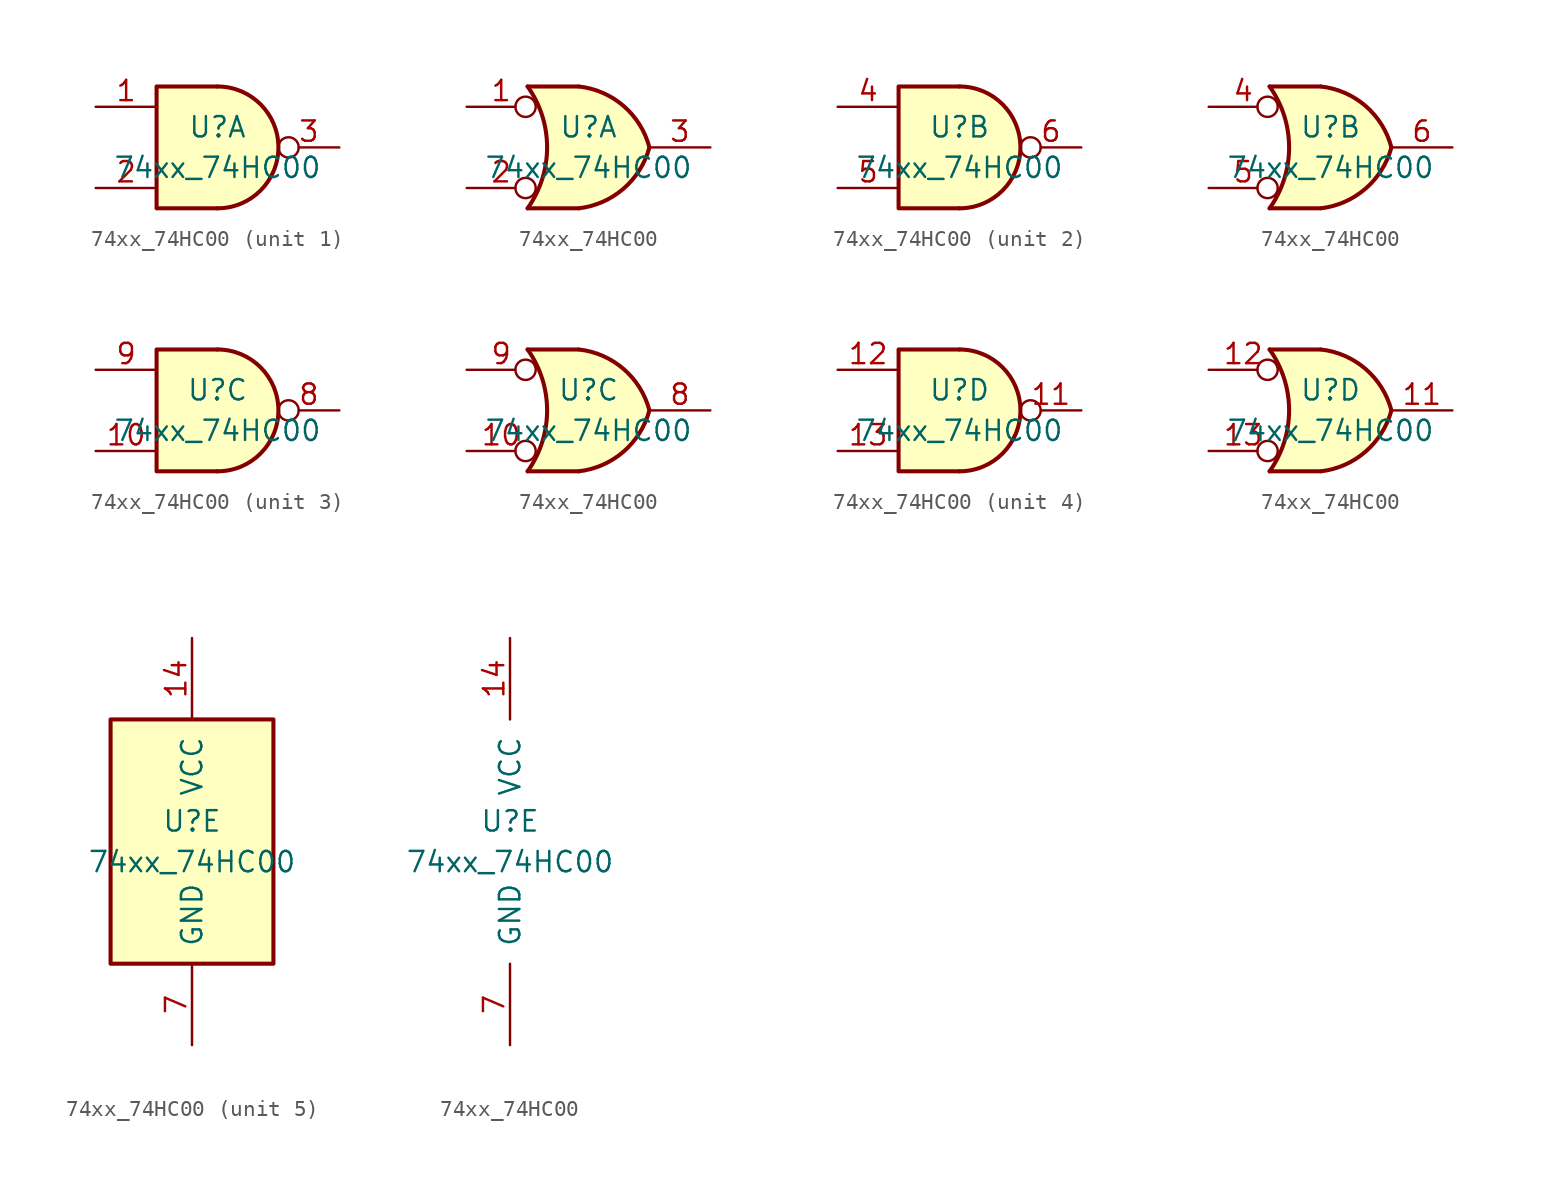
<source format=kicad_sym>
(kicad_symbol_lib
  (version 20211014)
  (generator kicad_symbol_editor)
  (symbol "74xx_74HC00"
    (pin_names
      (offset 1.016))
    (property "Reference" "U"
      (at 0 1.27 0)
      (effects (font (size 1.27 1.27))))
    (property "Value" "74xx_74HC00"
      (at 0 -1.27 0)
      (effects (font (size 1.27 1.27))))
    (property "ki_locked" ""
      (at 0 0 0)
      (effects (font (size 1.27 1.27))))
    (symbol "74xx_74HC00_1_1"
      (arc (start 0 -3.81) (mid 3.81 0) (end 0 3.81) (stroke (width 0.254) (type default) (color 0 0 0 0)) (fill (type background)))
      (polyline (pts (xy 0 3.81) (xy -3.81 3.81) (xy -3.81 -3.81) (xy 0 -3.81)) (stroke (width 0.254) (type default) (color 0 0 0 0)) (fill (type background)))
      (pin input line (at -7.62 2.54 0) (length 3.81) (name "~" (effects (font (size 1.27 1.27)))) (number "1" (effects (font (size 1.27 1.27)))))
      (pin input line (at -7.62 -2.54 0) (length 3.81) (name "~" (effects (font (size 1.27 1.27)))) (number "2" (effects (font (size 1.27 1.27)))))
      (pin output inverted (at 7.62 0 180) (length 3.81) (name "~" (effects (font (size 1.27 1.27)))) (number "3" (effects (font (size 1.27 1.27))))))
    (symbol "74xx_74HC00_1_2"
      (arc (start -3.81 -3.81) (mid -2.589 0) (end -3.81 3.81) (stroke (width 0.254) (type default) (color 0 0 0 0)) (fill (type none)))
      (arc (start -0.6096 -3.81) (mid 2.1842 -2.5851) (end 3.81 0) (stroke (width 0.254) (type default) (color 0 0 0 0)) (fill (type background)))
      (polyline (pts (xy -3.81 -3.81) (xy -0.635 -3.81)) (stroke (width 0.254) (type default) (color 0 0 0 0)) (fill (type background)))
      (polyline (pts (xy -3.81 3.81) (xy -0.635 3.81)) (stroke (width 0.254) (type default) (color 0 0 0 0)) (fill (type background)))
      (polyline (pts (xy -0.635 3.81) (xy -3.81 3.81) (xy -3.81 3.81) (xy -3.556 3.404) (xy -3.023 2.261) (xy -2.692 1.041) (xy -2.616 -0.254) (xy -2.769 -1.499) (xy -3.175 -2.718) (xy -3.81 -3.81) (xy -3.81 -3.81) (xy -0.635 -3.81)) (stroke (width -25.4) (type default) (color 0 0 0 0)) (fill (type background)))
      (arc (start 3.81 0) (mid 2.1915 2.5936) (end -0.6096 3.81) (stroke (width 0.254) (type default) (color 0 0 0 0)) (fill (type background)))
      (pin input inverted (at -7.62 2.54 0) (length 4.318) (name "~" (effects (font (size 1.27 1.27)))) (number "1" (effects (font (size 1.27 1.27)))))
      (pin input inverted (at -7.62 -2.54 0) (length 4.318) (name "~" (effects (font (size 1.27 1.27)))) (number "2" (effects (font (size 1.27 1.27)))))
      (pin output line (at 7.62 0 180) (length 3.81) (name "~" (effects (font (size 1.27 1.27)))) (number "3" (effects (font (size 1.27 1.27))))))
    (symbol "74xx_74HC00_2_1"
      (arc (start 0 -3.81) (mid 3.81 0) (end 0 3.81) (stroke (width 0.254) (type default) (color 0 0 0 0)) (fill (type background)))
      (polyline (pts (xy 0 3.81) (xy -3.81 3.81) (xy -3.81 -3.81) (xy 0 -3.81)) (stroke (width 0.254) (type default) (color 0 0 0 0)) (fill (type background)))
      (pin input line (at -7.62 2.54 0) (length 3.81) (name "~" (effects (font (size 1.27 1.27)))) (number "4" (effects (font (size 1.27 1.27)))))
      (pin input line (at -7.62 -2.54 0) (length 3.81) (name "~" (effects (font (size 1.27 1.27)))) (number "5" (effects (font (size 1.27 1.27)))))
      (pin output inverted (at 7.62 0 180) (length 3.81) (name "~" (effects (font (size 1.27 1.27)))) (number "6" (effects (font (size 1.27 1.27))))))
    (symbol "74xx_74HC00_2_2"
      (arc (start -3.81 -3.81) (mid -2.589 0) (end -3.81 3.81) (stroke (width 0.254) (type default) (color 0 0 0 0)) (fill (type none)))
      (arc (start -0.6096 -3.81) (mid 2.1842 -2.5851) (end 3.81 0) (stroke (width 0.254) (type default) (color 0 0 0 0)) (fill (type background)))
      (polyline (pts (xy -3.81 -3.81) (xy -0.635 -3.81)) (stroke (width 0.254) (type default) (color 0 0 0 0)) (fill (type background)))
      (polyline (pts (xy -3.81 3.81) (xy -0.635 3.81)) (stroke (width 0.254) (type default) (color 0 0 0 0)) (fill (type background)))
      (polyline (pts (xy -0.635 3.81) (xy -3.81 3.81) (xy -3.81 3.81) (xy -3.556 3.404) (xy -3.023 2.261) (xy -2.692 1.041) (xy -2.616 -0.254) (xy -2.769 -1.499) (xy -3.175 -2.718) (xy -3.81 -3.81) (xy -3.81 -3.81) (xy -0.635 -3.81)) (stroke (width -25.4) (type default) (color 0 0 0 0)) (fill (type background)))
      (arc (start 3.81 0) (mid 2.1915 2.5936) (end -0.6096 3.81) (stroke (width 0.254) (type default) (color 0 0 0 0)) (fill (type background)))
      (pin input inverted (at -7.62 2.54 0) (length 4.318) (name "~" (effects (font (size 1.27 1.27)))) (number "4" (effects (font (size 1.27 1.27)))))
      (pin input inverted (at -7.62 -2.54 0) (length 4.318) (name "~" (effects (font (size 1.27 1.27)))) (number "5" (effects (font (size 1.27 1.27)))))
      (pin output line (at 7.62 0 180) (length 3.81) (name "~" (effects (font (size 1.27 1.27)))) (number "6" (effects (font (size 1.27 1.27))))))
    (symbol "74xx_74HC00_3_1"
      (arc (start 0 -3.81) (mid 3.81 0) (end 0 3.81) (stroke (width 0.254) (type default) (color 0 0 0 0)) (fill (type background)))
      (polyline (pts (xy 0 3.81) (xy -3.81 3.81) (xy -3.81 -3.81) (xy 0 -3.81)) (stroke (width 0.254) (type default) (color 0 0 0 0)) (fill (type background)))
      (pin input line (at -7.62 -2.54 0) (length 3.81) (name "~" (effects (font (size 1.27 1.27)))) (number "10" (effects (font (size 1.27 1.27)))))
      (pin output inverted (at 7.62 0 180) (length 3.81) (name "~" (effects (font (size 1.27 1.27)))) (number "8" (effects (font (size 1.27 1.27)))))
      (pin input line (at -7.62 2.54 0) (length 3.81) (name "~" (effects (font (size 1.27 1.27)))) (number "9" (effects (font (size 1.27 1.27))))))
    (symbol "74xx_74HC00_3_2"
      (arc (start -3.81 -3.81) (mid -2.589 0) (end -3.81 3.81) (stroke (width 0.254) (type default) (color 0 0 0 0)) (fill (type none)))
      (arc (start -0.6096 -3.81) (mid 2.1842 -2.5851) (end 3.81 0) (stroke (width 0.254) (type default) (color 0 0 0 0)) (fill (type background)))
      (polyline (pts (xy -3.81 -3.81) (xy -0.635 -3.81)) (stroke (width 0.254) (type default) (color 0 0 0 0)) (fill (type background)))
      (polyline (pts (xy -3.81 3.81) (xy -0.635 3.81)) (stroke (width 0.254) (type default) (color 0 0 0 0)) (fill (type background)))
      (polyline (pts (xy -0.635 3.81) (xy -3.81 3.81) (xy -3.81 3.81) (xy -3.556 3.404) (xy -3.023 2.261) (xy -2.692 1.041) (xy -2.616 -0.254) (xy -2.769 -1.499) (xy -3.175 -2.718) (xy -3.81 -3.81) (xy -3.81 -3.81) (xy -0.635 -3.81)) (stroke (width -25.4) (type default) (color 0 0 0 0)) (fill (type background)))
      (arc (start 3.81 0) (mid 2.1915 2.5936) (end -0.6096 3.81) (stroke (width 0.254) (type default) (color 0 0 0 0)) (fill (type background)))
      (pin input inverted (at -7.62 -2.54 0) (length 4.318) (name "~" (effects (font (size 1.27 1.27)))) (number "10" (effects (font (size 1.27 1.27)))))
      (pin output line (at 7.62 0 180) (length 3.81) (name "~" (effects (font (size 1.27 1.27)))) (number "8" (effects (font (size 1.27 1.27)))))
      (pin input inverted (at -7.62 2.54 0) (length 4.318) (name "~" (effects (font (size 1.27 1.27)))) (number "9" (effects (font (size 1.27 1.27))))))
    (symbol "74xx_74HC00_4_1"
      (arc (start 0 -3.81) (mid 3.81 0) (end 0 3.81) (stroke (width 0.254) (type default) (color 0 0 0 0)) (fill (type background)))
      (polyline (pts (xy 0 3.81) (xy -3.81 3.81) (xy -3.81 -3.81) (xy 0 -3.81)) (stroke (width 0.254) (type default) (color 0 0 0 0)) (fill (type background)))
      (pin output inverted (at 7.62 0 180) (length 3.81) (name "~" (effects (font (size 1.27 1.27)))) (number "11" (effects (font (size 1.27 1.27)))))
      (pin input line (at -7.62 2.54 0) (length 3.81) (name "~" (effects (font (size 1.27 1.27)))) (number "12" (effects (font (size 1.27 1.27)))))
      (pin input line (at -7.62 -2.54 0) (length 3.81) (name "~" (effects (font (size 1.27 1.27)))) (number "13" (effects (font (size 1.27 1.27))))))
    (symbol "74xx_74HC00_4_2"
      (arc (start -3.81 -3.81) (mid -2.589 0) (end -3.81 3.81) (stroke (width 0.254) (type default) (color 0 0 0 0)) (fill (type none)))
      (arc (start -0.6096 -3.81) (mid 2.1842 -2.5851) (end 3.81 0) (stroke (width 0.254) (type default) (color 0 0 0 0)) (fill (type background)))
      (polyline (pts (xy -3.81 -3.81) (xy -0.635 -3.81)) (stroke (width 0.254) (type default) (color 0 0 0 0)) (fill (type background)))
      (polyline (pts (xy -3.81 3.81) (xy -0.635 3.81)) (stroke (width 0.254) (type default) (color 0 0 0 0)) (fill (type background)))
      (polyline (pts (xy -0.635 3.81) (xy -3.81 3.81) (xy -3.81 3.81) (xy -3.556 3.404) (xy -3.023 2.261) (xy -2.692 1.041) (xy -2.616 -0.254) (xy -2.769 -1.499) (xy -3.175 -2.718) (xy -3.81 -3.81) (xy -3.81 -3.81) (xy -0.635 -3.81)) (stroke (width -25.4) (type default) (color 0 0 0 0)) (fill (type background)))
      (arc (start 3.81 0) (mid 2.1915 2.5936) (end -0.6096 3.81) (stroke (width 0.254) (type default) (color 0 0 0 0)) (fill (type background)))
      (pin output line (at 7.62 0 180) (length 3.81) (name "~" (effects (font (size 1.27 1.27)))) (number "11" (effects (font (size 1.27 1.27)))))
      (pin input inverted (at -7.62 2.54 0) (length 4.318) (name "~" (effects (font (size 1.27 1.27)))) (number "12" (effects (font (size 1.27 1.27)))))
      (pin input inverted (at -7.62 -2.54 0) (length 4.318) (name "~" (effects (font (size 1.27 1.27)))) (number "13" (effects (font (size 1.27 1.27))))))
    (symbol "74xx_74HC00_5_0"
      (pin power_in line (at 0 12.7 270) (length 5.08) (name "VCC" (effects (font (size 1.27 1.27)))) (number "14" (effects (font (size 1.27 1.27)))))
      (pin power_in line (at 0 -12.7 90) (length 5.08) (name "GND" (effects (font (size 1.27 1.27)))) (number "7" (effects (font (size 1.27 1.27))))))
    (symbol "74xx_74HC00_5_1"
      (rectangle (start -5.08 7.62) (end 5.08 -7.62) (stroke (width 0.254) (type default) (color 0 0 0 0)) (fill (type background))))))
</source>
